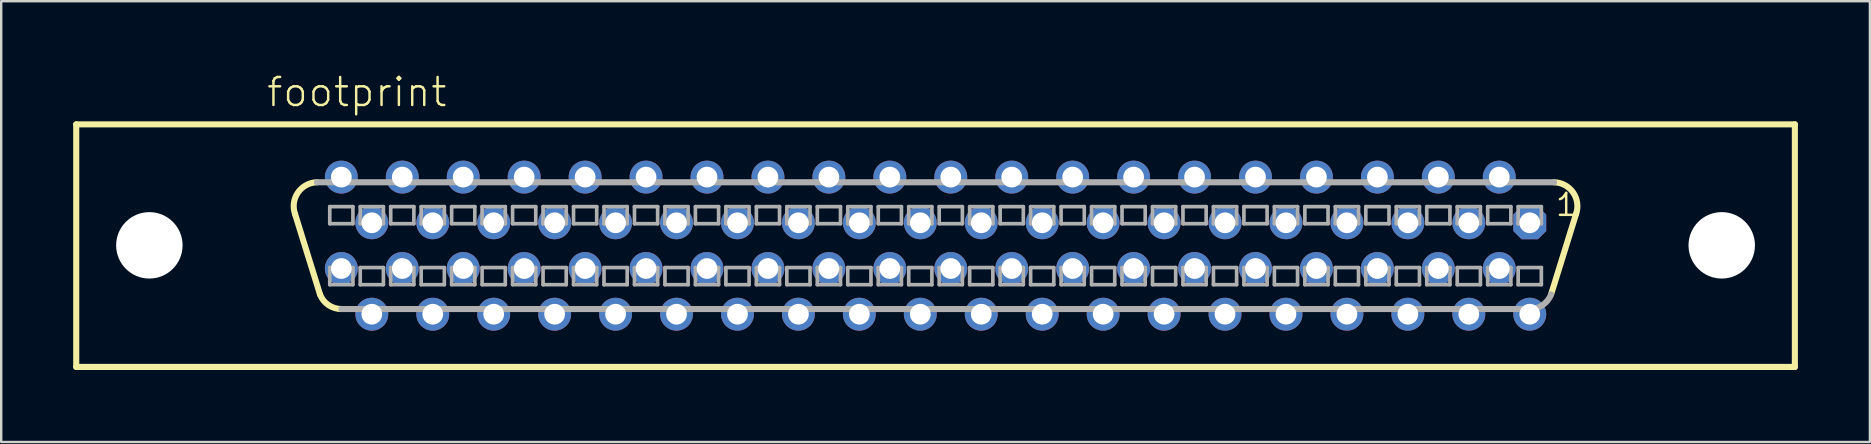
<source format=kicad_pcb>
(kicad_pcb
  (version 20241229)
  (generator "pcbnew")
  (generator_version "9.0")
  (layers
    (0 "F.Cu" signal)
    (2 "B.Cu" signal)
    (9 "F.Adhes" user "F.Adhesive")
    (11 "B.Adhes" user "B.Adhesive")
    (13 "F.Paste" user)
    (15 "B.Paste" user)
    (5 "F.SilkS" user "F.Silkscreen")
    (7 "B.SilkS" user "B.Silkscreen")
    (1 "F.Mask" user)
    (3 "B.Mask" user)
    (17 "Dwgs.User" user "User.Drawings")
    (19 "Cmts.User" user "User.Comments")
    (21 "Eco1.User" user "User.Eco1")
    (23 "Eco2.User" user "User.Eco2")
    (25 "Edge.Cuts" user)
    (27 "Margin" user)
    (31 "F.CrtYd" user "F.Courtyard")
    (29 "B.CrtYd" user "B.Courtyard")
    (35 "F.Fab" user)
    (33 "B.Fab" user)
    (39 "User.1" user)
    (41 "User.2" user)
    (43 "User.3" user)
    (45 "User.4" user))
  (footprint "footprint"
    (layer "F.Cu")
    (at 35.941 7.188)
    (property "Reference" "footprint" (at -27.94 -5.715 0) (layer "F.SilkS") (effects (font (size 1.168 1.168) (thickness 0.102)) (justify left bottom)))
    (fp_line (start -35.814 -5.055) (end 35.814 -5.055) (stroke (width 0.254) (type solid)) (layer "F.SilkS"))
    (fp_line (start -35.814 5.055) (end -35.814 -5.055) (stroke (width 0.254) (type solid)) (layer "F.SilkS"))
    (fp_line (start -25.654 2.032) (end -26.695 -1.321) (stroke (width 0.254) (type solid)) (layer "F.SilkS"))
    (fp_line (start 25.654 2.032) (end 26.695 -1.321) (stroke (width 0.254) (type solid)) (layer "F.SilkS"))
    (fp_line (start 35.814 -5.055) (end 35.814 5.055) (stroke (width 0.254) (type solid)) (layer "F.SilkS"))
    (fp_line (start 35.814 5.055) (end -35.814 5.055) (stroke (width 0.254) (type solid)) (layer "F.SilkS"))
    (fp_arc (start -26.6954 -1.3208) (mid -26.573542 -2.213361) (end -25.780998 -2.641601) (stroke (width 0.254) (type solid)) (layer "F.SilkS"))
    (fp_arc (start -24.764999 2.641601) (mid -25.304028 2.474655) (end -25.654 2.032) (stroke (width 0.254) (type solid)) (layer "F.SilkS"))
    (fp_arc (start 25.781 -2.6416) (mid 26.573543 -2.21336) (end 26.695399 -1.320799) (stroke (width 0.254) (type solid)) (layer "F.SilkS"))
    (fp_line (start -25.248 -1.626) (end -25.248 -0.914) (stroke (width 0.152) (type solid)) (layer "F.Fab"))
    (fp_line (start -25.248 -0.914) (end -24.282 -0.914) (stroke (width 0.152) (type solid)) (layer "F.Fab"))
    (fp_line (start -25.248 0.914) (end -25.248 1.626) (stroke (width 0.152) (type solid)) (layer "F.Fab"))
    (fp_line (start -25.248 1.626) (end -24.282 1.626) (stroke (width 0.152) (type solid)) (layer "F.Fab"))
    (fp_line (start -24.282 -1.626) (end -25.248 -1.626) (stroke (width 0.152) (type solid)) (layer "F.Fab"))
    (fp_line (start -24.282 -0.914) (end -24.282 -1.626) (stroke (width 0.152) (type solid)) (layer "F.Fab"))
    (fp_line (start -24.282 0.914) (end -25.248 0.914) (stroke (width 0.152) (type solid)) (layer "F.Fab"))
    (fp_line (start -24.282 1.626) (end -24.282 0.914) (stroke (width 0.152) (type solid)) (layer "F.Fab"))
    (fp_line (start -23.978 -1.626) (end -23.978 -0.914) (stroke (width 0.152) (type solid)) (layer "F.Fab"))
    (fp_line (start -23.978 -0.914) (end -23.012 -0.914) (stroke (width 0.152) (type solid)) (layer "F.Fab"))
    (fp_line (start -23.978 0.914) (end -23.978 1.626) (stroke (width 0.152) (type solid)) (layer "F.Fab"))
    (fp_line (start -23.978 1.626) (end -23.012 1.626) (stroke (width 0.152) (type solid)) (layer "F.Fab"))
    (fp_line (start -23.012 -1.626) (end -23.978 -1.626) (stroke (width 0.152) (type solid)) (layer "F.Fab"))
    (fp_line (start -23.012 -0.914) (end -23.012 -1.626) (stroke (width 0.152) (type solid)) (layer "F.Fab"))
    (fp_line (start -23.012 0.914) (end -23.978 0.914) (stroke (width 0.152) (type solid)) (layer "F.Fab"))
    (fp_line (start -23.012 1.626) (end -23.012 0.914) (stroke (width 0.152) (type solid)) (layer "F.Fab"))
    (fp_line (start -22.708 -1.626) (end -22.708 -0.914) (stroke (width 0.152) (type solid)) (layer "F.Fab"))
    (fp_line (start -22.708 -0.914) (end -21.742 -0.914) (stroke (width 0.152) (type solid)) (layer "F.Fab"))
    (fp_line (start -22.708 0.914) (end -22.708 1.626) (stroke (width 0.152) (type solid)) (layer "F.Fab"))
    (fp_line (start -22.708 1.626) (end -21.742 1.626) (stroke (width 0.152) (type solid)) (layer "F.Fab"))
    (fp_line (start -21.742 -1.626) (end -22.708 -1.626) (stroke (width 0.152) (type solid)) (layer "F.Fab"))
    (fp_line (start -21.742 -0.914) (end -21.742 -1.626) (stroke (width 0.152) (type solid)) (layer "F.Fab"))
    (fp_line (start -21.742 0.914) (end -22.708 0.914) (stroke (width 0.152) (type solid)) (layer "F.Fab"))
    (fp_line (start -21.742 1.626) (end -21.742 0.914) (stroke (width 0.152) (type solid)) (layer "F.Fab"))
    (fp_line (start -21.438 -1.626) (end -21.438 -0.914) (stroke (width 0.152) (type solid)) (layer "F.Fab"))
    (fp_line (start -21.438 -0.914) (end -20.472 -0.914) (stroke (width 0.152) (type solid)) (layer "F.Fab"))
    (fp_line (start -21.438 0.914) (end -21.438 1.626) (stroke (width 0.152) (type solid)) (layer "F.Fab"))
    (fp_line (start -21.438 1.626) (end -20.472 1.626) (stroke (width 0.152) (type solid)) (layer "F.Fab"))
    (fp_line (start -20.472 -1.626) (end -21.438 -1.626) (stroke (width 0.152) (type solid)) (layer "F.Fab"))
    (fp_line (start -20.472 -0.914) (end -20.472 -1.626) (stroke (width 0.152) (type solid)) (layer "F.Fab"))
    (fp_line (start -20.472 0.914) (end -21.438 0.914) (stroke (width 0.152) (type solid)) (layer "F.Fab"))
    (fp_line (start -20.472 1.626) (end -20.472 0.914) (stroke (width 0.152) (type solid)) (layer "F.Fab"))
    (fp_line (start -20.168 -1.626) (end -20.168 -0.914) (stroke (width 0.152) (type solid)) (layer "F.Fab"))
    (fp_line (start -20.168 -0.914) (end -19.202 -0.914) (stroke (width 0.152) (type solid)) (layer "F.Fab"))
    (fp_line (start -20.168 0.914) (end -20.168 1.626) (stroke (width 0.152) (type solid)) (layer "F.Fab"))
    (fp_line (start -20.168 1.626) (end -19.202 1.626) (stroke (width 0.152) (type solid)) (layer "F.Fab"))
    (fp_line (start -19.202 -1.626) (end -20.168 -1.626) (stroke (width 0.152) (type solid)) (layer "F.Fab"))
    (fp_line (start -19.202 -0.914) (end -19.202 -1.626) (stroke (width 0.152) (type solid)) (layer "F.Fab"))
    (fp_line (start -19.202 0.914) (end -20.168 0.914) (stroke (width 0.152) (type solid)) (layer "F.Fab"))
    (fp_line (start -19.202 1.626) (end -19.202 0.914) (stroke (width 0.152) (type solid)) (layer "F.Fab"))
    (fp_line (start -18.898 -1.626) (end -18.898 -0.914) (stroke (width 0.152) (type solid)) (layer "F.Fab"))
    (fp_line (start -18.898 -0.914) (end -17.932 -0.914) (stroke (width 0.152) (type solid)) (layer "F.Fab"))
    (fp_line (start -18.898 0.914) (end -18.898 1.626) (stroke (width 0.152) (type solid)) (layer "F.Fab"))
    (fp_line (start -18.898 1.626) (end -17.932 1.626) (stroke (width 0.152) (type solid)) (layer "F.Fab"))
    (fp_line (start -17.932 -1.626) (end -18.898 -1.626) (stroke (width 0.152) (type solid)) (layer "F.Fab"))
    (fp_line (start -17.932 -0.914) (end -17.932 -1.626) (stroke (width 0.152) (type solid)) (layer "F.Fab"))
    (fp_line (start -17.932 0.914) (end -18.898 0.914) (stroke (width 0.152) (type solid)) (layer "F.Fab"))
    (fp_line (start -17.932 1.626) (end -17.932 0.914) (stroke (width 0.152) (type solid)) (layer "F.Fab"))
    (fp_line (start -17.628 -1.626) (end -17.628 -0.914) (stroke (width 0.152) (type solid)) (layer "F.Fab"))
    (fp_line (start -17.628 -0.914) (end -16.662 -0.914) (stroke (width 0.152) (type solid)) (layer "F.Fab"))
    (fp_line (start -17.628 0.914) (end -17.628 1.626) (stroke (width 0.152) (type solid)) (layer "F.Fab"))
    (fp_line (start -17.628 1.626) (end -16.662 1.626) (stroke (width 0.152) (type solid)) (layer "F.Fab"))
    (fp_line (start -16.662 -1.626) (end -17.628 -1.626) (stroke (width 0.152) (type solid)) (layer "F.Fab"))
    (fp_line (start -16.662 -0.914) (end -16.662 -1.626) (stroke (width 0.152) (type solid)) (layer "F.Fab"))
    (fp_line (start -16.662 0.914) (end -17.628 0.914) (stroke (width 0.152) (type solid)) (layer "F.Fab"))
    (fp_line (start -16.662 1.626) (end -16.662 0.914) (stroke (width 0.152) (type solid)) (layer "F.Fab"))
    (fp_line (start -16.358 -1.626) (end -16.358 -0.914) (stroke (width 0.152) (type solid)) (layer "F.Fab"))
    (fp_line (start -16.358 -0.914) (end -15.392 -0.914) (stroke (width 0.152) (type solid)) (layer "F.Fab"))
    (fp_line (start -16.358 0.914) (end -16.358 1.626) (stroke (width 0.152) (type solid)) (layer "F.Fab"))
    (fp_line (start -16.358 1.626) (end -15.392 1.626) (stroke (width 0.152) (type solid)) (layer "F.Fab"))
    (fp_line (start -15.392 -1.626) (end -16.358 -1.626) (stroke (width 0.152) (type solid)) (layer "F.Fab"))
    (fp_line (start -15.392 -0.914) (end -15.392 -1.626) (stroke (width 0.152) (type solid)) (layer "F.Fab"))
    (fp_line (start -15.392 0.914) (end -16.358 0.914) (stroke (width 0.152) (type solid)) (layer "F.Fab"))
    (fp_line (start -15.392 1.626) (end -15.392 0.914) (stroke (width 0.152) (type solid)) (layer "F.Fab"))
    (fp_line (start -15.088 -1.626) (end -15.088 -0.914) (stroke (width 0.152) (type solid)) (layer "F.Fab"))
    (fp_line (start -15.088 -0.914) (end -14.122 -0.914) (stroke (width 0.152) (type solid)) (layer "F.Fab"))
    (fp_line (start -15.088 0.914) (end -15.088 1.626) (stroke (width 0.152) (type solid)) (layer "F.Fab"))
    (fp_line (start -15.088 1.626) (end -14.122 1.626) (stroke (width 0.152) (type solid)) (layer "F.Fab"))
    (fp_line (start -14.122 -1.626) (end -15.088 -1.626) (stroke (width 0.152) (type solid)) (layer "F.Fab"))
    (fp_line (start -14.122 -0.914) (end -14.122 -1.626) (stroke (width 0.152) (type solid)) (layer "F.Fab"))
    (fp_line (start -14.122 0.914) (end -15.088 0.914) (stroke (width 0.152) (type solid)) (layer "F.Fab"))
    (fp_line (start -14.122 1.626) (end -14.122 0.914) (stroke (width 0.152) (type solid)) (layer "F.Fab"))
    (fp_line (start -13.818 -1.626) (end -13.818 -0.914) (stroke (width 0.152) (type solid)) (layer "F.Fab"))
    (fp_line (start -13.818 -0.914) (end -12.852 -0.914) (stroke (width 0.152) (type solid)) (layer "F.Fab"))
    (fp_line (start -13.818 0.914) (end -13.818 1.626) (stroke (width 0.152) (type solid)) (layer "F.Fab"))
    (fp_line (start -13.818 1.626) (end -12.852 1.626) (stroke (width 0.152) (type solid)) (layer "F.Fab"))
    (fp_line (start -12.852 -1.626) (end -13.818 -1.626) (stroke (width 0.152) (type solid)) (layer "F.Fab"))
    (fp_line (start -12.852 -0.914) (end -12.852 -1.626) (stroke (width 0.152) (type solid)) (layer "F.Fab"))
    (fp_line (start -12.852 0.914) (end -13.818 0.914) (stroke (width 0.152) (type solid)) (layer "F.Fab"))
    (fp_line (start -12.852 1.626) (end -12.852 0.914) (stroke (width 0.152) (type solid)) (layer "F.Fab"))
    (fp_line (start -12.548 -1.626) (end -12.548 -0.914) (stroke (width 0.152) (type solid)) (layer "F.Fab"))
    (fp_line (start -12.548 -0.914) (end -11.582 -0.914) (stroke (width 0.152) (type solid)) (layer "F.Fab"))
    (fp_line (start -12.548 0.914) (end -12.548 1.626) (stroke (width 0.152) (type solid)) (layer "F.Fab"))
    (fp_line (start -12.548 1.626) (end -11.582 1.626) (stroke (width 0.152) (type solid)) (layer "F.Fab"))
    (fp_line (start -11.582 -1.626) (end -12.548 -1.626) (stroke (width 0.152) (type solid)) (layer "F.Fab"))
    (fp_line (start -11.582 -0.914) (end -11.582 -1.626) (stroke (width 0.152) (type solid)) (layer "F.Fab"))
    (fp_line (start -11.582 0.914) (end -12.548 0.914) (stroke (width 0.152) (type solid)) (layer "F.Fab"))
    (fp_line (start -11.582 1.626) (end -11.582 0.914) (stroke (width 0.152) (type solid)) (layer "F.Fab"))
    (fp_line (start -11.278 -1.626) (end -11.278 -0.914) (stroke (width 0.152) (type solid)) (layer "F.Fab"))
    (fp_line (start -11.278 -0.914) (end -10.312 -0.914) (stroke (width 0.152) (type solid)) (layer "F.Fab"))
    (fp_line (start -11.278 0.914) (end -11.278 1.626) (stroke (width 0.152) (type solid)) (layer "F.Fab"))
    (fp_line (start -11.278 1.626) (end -10.312 1.626) (stroke (width 0.152) (type solid)) (layer "F.Fab"))
    (fp_line (start -10.312 -1.626) (end -11.278 -1.626) (stroke (width 0.152) (type solid)) (layer "F.Fab"))
    (fp_line (start -10.312 -0.914) (end -10.312 -1.626) (stroke (width 0.152) (type solid)) (layer "F.Fab"))
    (fp_line (start -10.312 0.914) (end -11.278 0.914) (stroke (width 0.152) (type solid)) (layer "F.Fab"))
    (fp_line (start -10.312 1.626) (end -10.312 0.914) (stroke (width 0.152) (type solid)) (layer "F.Fab"))
    (fp_line (start -10.008 -1.626) (end -10.008 -0.914) (stroke (width 0.152) (type solid)) (layer "F.Fab"))
    (fp_line (start -10.008 -0.914) (end -9.042 -0.914) (stroke (width 0.152) (type solid)) (layer "F.Fab"))
    (fp_line (start -10.008 0.914) (end -10.008 1.626) (stroke (width 0.152) (type solid)) (layer "F.Fab"))
    (fp_line (start -10.008 1.626) (end -9.042 1.626) (stroke (width 0.152) (type solid)) (layer "F.Fab"))
    (fp_line (start -9.042 -1.626) (end -10.008 -1.626) (stroke (width 0.152) (type solid)) (layer "F.Fab"))
    (fp_line (start -9.042 -0.914) (end -9.042 -1.626) (stroke (width 0.152) (type solid)) (layer "F.Fab"))
    (fp_line (start -9.042 0.914) (end -10.008 0.914) (stroke (width 0.152) (type solid)) (layer "F.Fab"))
    (fp_line (start -9.042 1.626) (end -9.042 0.914) (stroke (width 0.152) (type solid)) (layer "F.Fab"))
    (fp_line (start -8.738 -1.626) (end -8.738 -0.914) (stroke (width 0.152) (type solid)) (layer "F.Fab"))
    (fp_line (start -8.738 -0.914) (end -7.772 -0.914) (stroke (width 0.152) (type solid)) (layer "F.Fab"))
    (fp_line (start -8.738 0.914) (end -8.738 1.626) (stroke (width 0.152) (type solid)) (layer "F.Fab"))
    (fp_line (start -8.738 1.626) (end -7.772 1.626) (stroke (width 0.152) (type solid)) (layer "F.Fab"))
    (fp_line (start -7.772 -1.626) (end -8.738 -1.626) (stroke (width 0.152) (type solid)) (layer "F.Fab"))
    (fp_line (start -7.772 -0.914) (end -7.772 -1.626) (stroke (width 0.152) (type solid)) (layer "F.Fab"))
    (fp_line (start -7.772 0.914) (end -8.738 0.914) (stroke (width 0.152) (type solid)) (layer "F.Fab"))
    (fp_line (start -7.772 1.626) (end -7.772 0.914) (stroke (width 0.152) (type solid)) (layer "F.Fab"))
    (fp_line (start -7.468 -1.626) (end -7.468 -0.914) (stroke (width 0.152) (type solid)) (layer "F.Fab"))
    (fp_line (start -7.468 -0.914) (end -6.502 -0.914) (stroke (width 0.152) (type solid)) (layer "F.Fab"))
    (fp_line (start -7.468 0.914) (end -7.468 1.626) (stroke (width 0.152) (type solid)) (layer "F.Fab"))
    (fp_line (start -7.468 1.626) (end -6.502 1.626) (stroke (width 0.152) (type solid)) (layer "F.Fab"))
    (fp_line (start -6.502 -1.626) (end -7.468 -1.626) (stroke (width 0.152) (type solid)) (layer "F.Fab"))
    (fp_line (start -6.502 -0.914) (end -6.502 -1.626) (stroke (width 0.152) (type solid)) (layer "F.Fab"))
    (fp_line (start -6.502 0.914) (end -7.468 0.914) (stroke (width 0.152) (type solid)) (layer "F.Fab"))
    (fp_line (start -6.502 1.626) (end -6.502 0.914) (stroke (width 0.152) (type solid)) (layer "F.Fab"))
    (fp_line (start -6.198 -1.626) (end -6.198 -0.914) (stroke (width 0.152) (type solid)) (layer "F.Fab"))
    (fp_line (start -6.198 -0.914) (end -5.232 -0.914) (stroke (width 0.152) (type solid)) (layer "F.Fab"))
    (fp_line (start -6.198 0.914) (end -6.198 1.626) (stroke (width 0.152) (type solid)) (layer "F.Fab"))
    (fp_line (start -6.198 1.626) (end -5.232 1.626) (stroke (width 0.152) (type solid)) (layer "F.Fab"))
    (fp_line (start -5.232 -1.626) (end -6.198 -1.626) (stroke (width 0.152) (type solid)) (layer "F.Fab"))
    (fp_line (start -5.232 -0.914) (end -5.232 -1.626) (stroke (width 0.152) (type solid)) (layer "F.Fab"))
    (fp_line (start -5.232 0.914) (end -6.198 0.914) (stroke (width 0.152) (type solid)) (layer "F.Fab"))
    (fp_line (start -5.232 1.626) (end -5.232 0.914) (stroke (width 0.152) (type solid)) (layer "F.Fab"))
    (fp_line (start -4.928 -1.626) (end -4.928 -0.914) (stroke (width 0.152) (type solid)) (layer "F.Fab"))
    (fp_line (start -4.928 -0.914) (end -3.962 -0.914) (stroke (width 0.152) (type solid)) (layer "F.Fab"))
    (fp_line (start -4.928 0.914) (end -4.928 1.626) (stroke (width 0.152) (type solid)) (layer "F.Fab"))
    (fp_line (start -4.928 1.626) (end -3.962 1.626) (stroke (width 0.152) (type solid)) (layer "F.Fab"))
    (fp_line (start -3.962 -1.626) (end -4.928 -1.626) (stroke (width 0.152) (type solid)) (layer "F.Fab"))
    (fp_line (start -3.962 -0.914) (end -3.962 -1.626) (stroke (width 0.152) (type solid)) (layer "F.Fab"))
    (fp_line (start -3.962 0.914) (end -4.928 0.914) (stroke (width 0.152) (type solid)) (layer "F.Fab"))
    (fp_line (start -3.962 1.626) (end -3.962 0.914) (stroke (width 0.152) (type solid)) (layer "F.Fab"))
    (fp_line (start -3.658 -1.626) (end -3.658 -0.914) (stroke (width 0.152) (type solid)) (layer "F.Fab"))
    (fp_line (start -3.658 -0.914) (end -2.692 -0.914) (stroke (width 0.152) (type solid)) (layer "F.Fab"))
    (fp_line (start -3.658 0.914) (end -3.658 1.626) (stroke (width 0.152) (type solid)) (layer "F.Fab"))
    (fp_line (start -3.658 1.626) (end -2.692 1.626) (stroke (width 0.152) (type solid)) (layer "F.Fab"))
    (fp_line (start -2.692 -1.626) (end -3.658 -1.626) (stroke (width 0.152) (type solid)) (layer "F.Fab"))
    (fp_line (start -2.692 -0.914) (end -2.692 -1.626) (stroke (width 0.152) (type solid)) (layer "F.Fab"))
    (fp_line (start -2.692 0.914) (end -3.658 0.914) (stroke (width 0.152) (type solid)) (layer "F.Fab"))
    (fp_line (start -2.692 1.626) (end -2.692 0.914) (stroke (width 0.152) (type solid)) (layer "F.Fab"))
    (fp_line (start -2.388 -1.626) (end -2.388 -0.914) (stroke (width 0.152) (type solid)) (layer "F.Fab"))
    (fp_line (start -2.388 -0.914) (end -1.422 -0.914) (stroke (width 0.152) (type solid)) (layer "F.Fab"))
    (fp_line (start -2.388 0.914) (end -2.388 1.626) (stroke (width 0.152) (type solid)) (layer "F.Fab"))
    (fp_line (start -2.388 1.626) (end -1.422 1.626) (stroke (width 0.152) (type solid)) (layer "F.Fab"))
    (fp_line (start -1.422 -1.626) (end -2.388 -1.626) (stroke (width 0.152) (type solid)) (layer "F.Fab"))
    (fp_line (start -1.422 -0.914) (end -1.422 -1.626) (stroke (width 0.152) (type solid)) (layer "F.Fab"))
    (fp_line (start -1.422 0.914) (end -2.388 0.914) (stroke (width 0.152) (type solid)) (layer "F.Fab"))
    (fp_line (start -1.422 1.626) (end -1.422 0.914) (stroke (width 0.152) (type solid)) (layer "F.Fab"))
    (fp_line (start -1.118 -1.626) (end -1.118 -0.914) (stroke (width 0.152) (type solid)) (layer "F.Fab"))
    (fp_line (start -1.118 -0.914) (end -0.152 -0.914) (stroke (width 0.152) (type solid)) (layer "F.Fab"))
    (fp_line (start -1.118 0.914) (end -1.118 1.626) (stroke (width 0.152) (type solid)) (layer "F.Fab"))
    (fp_line (start -1.118 1.626) (end -0.152 1.626) (stroke (width 0.152) (type solid)) (layer "F.Fab"))
    (fp_line (start -0.152 -1.626) (end -1.118 -1.626) (stroke (width 0.152) (type solid)) (layer "F.Fab"))
    (fp_line (start -0.152 -0.914) (end -0.152 -1.626) (stroke (width 0.152) (type solid)) (layer "F.Fab"))
    (fp_line (start -0.152 0.914) (end -1.118 0.914) (stroke (width 0.152) (type solid)) (layer "F.Fab"))
    (fp_line (start -0.152 1.626) (end -0.152 0.914) (stroke (width 0.152) (type solid)) (layer "F.Fab"))
    (fp_line (start 0.152 -1.626) (end 0.152 -0.914) (stroke (width 0.152) (type solid)) (layer "F.Fab"))
    (fp_line (start 0.152 -0.914) (end 1.118 -0.914) (stroke (width 0.152) (type solid)) (layer "F.Fab"))
    (fp_line (start 0.152 0.914) (end 0.152 1.626) (stroke (width 0.152) (type solid)) (layer "F.Fab"))
    (fp_line (start 0.152 1.626) (end 1.118 1.626) (stroke (width 0.152) (type solid)) (layer "F.Fab"))
    (fp_line (start 1.118 -1.626) (end 0.152 -1.626) (stroke (width 0.152) (type solid)) (layer "F.Fab"))
    (fp_line (start 1.118 -0.914) (end 1.118 -1.626) (stroke (width 0.152) (type solid)) (layer "F.Fab"))
    (fp_line (start 1.118 0.914) (end 0.152 0.914) (stroke (width 0.152) (type solid)) (layer "F.Fab"))
    (fp_line (start 1.118 1.626) (end 1.118 0.914) (stroke (width 0.152) (type solid)) (layer "F.Fab"))
    (fp_line (start 1.422 -1.626) (end 1.422 -0.914) (stroke (width 0.152) (type solid)) (layer "F.Fab"))
    (fp_line (start 1.422 -0.914) (end 2.388 -0.914) (stroke (width 0.152) (type solid)) (layer "F.Fab"))
    (fp_line (start 1.422 0.914) (end 1.422 1.626) (stroke (width 0.152) (type solid)) (layer "F.Fab"))
    (fp_line (start 1.422 1.626) (end 2.388 1.626) (stroke (width 0.152) (type solid)) (layer "F.Fab"))
    (fp_line (start 2.388 -1.626) (end 1.422 -1.626) (stroke (width 0.152) (type solid)) (layer "F.Fab"))
    (fp_line (start 2.388 -0.914) (end 2.388 -1.626) (stroke (width 0.152) (type solid)) (layer "F.Fab"))
    (fp_line (start 2.388 0.914) (end 1.422 0.914) (stroke (width 0.152) (type solid)) (layer "F.Fab"))
    (fp_line (start 2.388 1.626) (end 2.388 0.914) (stroke (width 0.152) (type solid)) (layer "F.Fab"))
    (fp_line (start 2.692 -1.626) (end 2.692 -0.914) (stroke (width 0.152) (type solid)) (layer "F.Fab"))
    (fp_line (start 2.692 -0.914) (end 3.658 -0.914) (stroke (width 0.152) (type solid)) (layer "F.Fab"))
    (fp_line (start 2.692 0.914) (end 2.692 1.626) (stroke (width 0.152) (type solid)) (layer "F.Fab"))
    (fp_line (start 2.692 1.626) (end 3.658 1.626) (stroke (width 0.152) (type solid)) (layer "F.Fab"))
    (fp_line (start 3.658 -1.626) (end 2.692 -1.626) (stroke (width 0.152) (type solid)) (layer "F.Fab"))
    (fp_line (start 3.658 -0.914) (end 3.658 -1.626) (stroke (width 0.152) (type solid)) (layer "F.Fab"))
    (fp_line (start 3.658 0.914) (end 2.692 0.914) (stroke (width 0.152) (type solid)) (layer "F.Fab"))
    (fp_line (start 3.658 1.626) (end 3.658 0.914) (stroke (width 0.152) (type solid)) (layer "F.Fab"))
    (fp_line (start 3.962 -1.626) (end 3.962 -0.914) (stroke (width 0.152) (type solid)) (layer "F.Fab"))
    (fp_line (start 3.962 -0.914) (end 4.928 -0.914) (stroke (width 0.152) (type solid)) (layer "F.Fab"))
    (fp_line (start 3.962 0.914) (end 3.962 1.626) (stroke (width 0.152) (type solid)) (layer "F.Fab"))
    (fp_line (start 3.962 1.626) (end 4.928 1.626) (stroke (width 0.152) (type solid)) (layer "F.Fab"))
    (fp_line (start 4.928 -1.626) (end 3.962 -1.626) (stroke (width 0.152) (type solid)) (layer "F.Fab"))
    (fp_line (start 4.928 -0.914) (end 4.928 -1.626) (stroke (width 0.152) (type solid)) (layer "F.Fab"))
    (fp_line (start 4.928 0.914) (end 3.962 0.914) (stroke (width 0.152) (type solid)) (layer "F.Fab"))
    (fp_line (start 4.928 1.626) (end 4.928 0.914) (stroke (width 0.152) (type solid)) (layer "F.Fab"))
    (fp_line (start 5.232 -1.626) (end 5.232 -0.914) (stroke (width 0.152) (type solid)) (layer "F.Fab"))
    (fp_line (start 5.232 -0.914) (end 6.198 -0.914) (stroke (width 0.152) (type solid)) (layer "F.Fab"))
    (fp_line (start 5.232 0.914) (end 5.232 1.626) (stroke (width 0.152) (type solid)) (layer "F.Fab"))
    (fp_line (start 5.232 1.626) (end 6.198 1.626) (stroke (width 0.152) (type solid)) (layer "F.Fab"))
    (fp_line (start 6.198 -1.626) (end 5.232 -1.626) (stroke (width 0.152) (type solid)) (layer "F.Fab"))
    (fp_line (start 6.198 -0.914) (end 6.198 -1.626) (stroke (width 0.152) (type solid)) (layer "F.Fab"))
    (fp_line (start 6.198 0.914) (end 5.232 0.914) (stroke (width 0.152) (type solid)) (layer "F.Fab"))
    (fp_line (start 6.198 1.626) (end 6.198 0.914) (stroke (width 0.152) (type solid)) (layer "F.Fab"))
    (fp_line (start 6.502 -1.626) (end 6.502 -0.914) (stroke (width 0.152) (type solid)) (layer "F.Fab"))
    (fp_line (start 6.502 -0.914) (end 7.468 -0.914) (stroke (width 0.152) (type solid)) (layer "F.Fab"))
    (fp_line (start 6.502 0.914) (end 6.502 1.626) (stroke (width 0.152) (type solid)) (layer "F.Fab"))
    (fp_line (start 6.502 1.626) (end 7.468 1.626) (stroke (width 0.152) (type solid)) (layer "F.Fab"))
    (fp_line (start 7.468 -1.626) (end 6.502 -1.626) (stroke (width 0.152) (type solid)) (layer "F.Fab"))
    (fp_line (start 7.468 -0.914) (end 7.468 -1.626) (stroke (width 0.152) (type solid)) (layer "F.Fab"))
    (fp_line (start 7.468 0.914) (end 6.502 0.914) (stroke (width 0.152) (type solid)) (layer "F.Fab"))
    (fp_line (start 7.468 1.626) (end 7.468 0.914) (stroke (width 0.152) (type solid)) (layer "F.Fab"))
    (fp_line (start 7.772 -1.626) (end 7.772 -0.914) (stroke (width 0.152) (type solid)) (layer "F.Fab"))
    (fp_line (start 7.772 -0.914) (end 8.738 -0.914) (stroke (width 0.152) (type solid)) (layer "F.Fab"))
    (fp_line (start 7.772 0.914) (end 7.772 1.626) (stroke (width 0.152) (type solid)) (layer "F.Fab"))
    (fp_line (start 7.772 1.626) (end 8.738 1.626) (stroke (width 0.152) (type solid)) (layer "F.Fab"))
    (fp_line (start 8.738 -1.626) (end 7.772 -1.626) (stroke (width 0.152) (type solid)) (layer "F.Fab"))
    (fp_line (start 8.738 -0.914) (end 8.738 -1.626) (stroke (width 0.152) (type solid)) (layer "F.Fab"))
    (fp_line (start 8.738 0.914) (end 7.772 0.914) (stroke (width 0.152) (type solid)) (layer "F.Fab"))
    (fp_line (start 8.738 1.626) (end 8.738 0.914) (stroke (width 0.152) (type solid)) (layer "F.Fab"))
    (fp_line (start 9.042 -1.626) (end 9.042 -0.914) (stroke (width 0.152) (type solid)) (layer "F.Fab"))
    (fp_line (start 9.042 -0.914) (end 10.008 -0.914) (stroke (width 0.152) (type solid)) (layer "F.Fab"))
    (fp_line (start 9.042 0.914) (end 9.042 1.626) (stroke (width 0.152) (type solid)) (layer "F.Fab"))
    (fp_line (start 9.042 1.626) (end 10.008 1.626) (stroke (width 0.152) (type solid)) (layer "F.Fab"))
    (fp_line (start 10.008 -1.626) (end 9.042 -1.626) (stroke (width 0.152) (type solid)) (layer "F.Fab"))
    (fp_line (start 10.008 -0.914) (end 10.008 -1.626) (stroke (width 0.152) (type solid)) (layer "F.Fab"))
    (fp_line (start 10.008 0.914) (end 9.042 0.914) (stroke (width 0.152) (type solid)) (layer "F.Fab"))
    (fp_line (start 10.008 1.626) (end 10.008 0.914) (stroke (width 0.152) (type solid)) (layer "F.Fab"))
    (fp_line (start 10.312 -1.626) (end 10.312 -0.914) (stroke (width 0.152) (type solid)) (layer "F.Fab"))
    (fp_line (start 10.312 -0.914) (end 11.278 -0.914) (stroke (width 0.152) (type solid)) (layer "F.Fab"))
    (fp_line (start 10.312 0.914) (end 10.312 1.626) (stroke (width 0.152) (type solid)) (layer "F.Fab"))
    (fp_line (start 10.312 1.626) (end 11.278 1.626) (stroke (width 0.152) (type solid)) (layer "F.Fab"))
    (fp_line (start 11.278 -1.626) (end 10.312 -1.626) (stroke (width 0.152) (type solid)) (layer "F.Fab"))
    (fp_line (start 11.278 -0.914) (end 11.278 -1.626) (stroke (width 0.152) (type solid)) (layer "F.Fab"))
    (fp_line (start 11.278 0.914) (end 10.312 0.914) (stroke (width 0.152) (type solid)) (layer "F.Fab"))
    (fp_line (start 11.278 1.626) (end 11.278 0.914) (stroke (width 0.152) (type solid)) (layer "F.Fab"))
    (fp_line (start 11.582 -1.626) (end 11.582 -0.914) (stroke (width 0.152) (type solid)) (layer "F.Fab"))
    (fp_line (start 11.582 -0.914) (end 12.548 -0.914) (stroke (width 0.152) (type solid)) (layer "F.Fab"))
    (fp_line (start 11.582 0.914) (end 11.582 1.626) (stroke (width 0.152) (type solid)) (layer "F.Fab"))
    (fp_line (start 11.582 1.626) (end 12.548 1.626) (stroke (width 0.152) (type solid)) (layer "F.Fab"))
    (fp_line (start 12.548 -1.626) (end 11.582 -1.626) (stroke (width 0.152) (type solid)) (layer "F.Fab"))
    (fp_line (start 12.548 -0.914) (end 12.548 -1.626) (stroke (width 0.152) (type solid)) (layer "F.Fab"))
    (fp_line (start 12.548 0.914) (end 11.582 0.914) (stroke (width 0.152) (type solid)) (layer "F.Fab"))
    (fp_line (start 12.548 1.626) (end 12.548 0.914) (stroke (width 0.152) (type solid)) (layer "F.Fab"))
    (fp_line (start 12.852 -1.626) (end 12.852 -0.914) (stroke (width 0.152) (type solid)) (layer "F.Fab"))
    (fp_line (start 12.852 -0.914) (end 13.818 -0.914) (stroke (width 0.152) (type solid)) (layer "F.Fab"))
    (fp_line (start 12.852 0.914) (end 12.852 1.626) (stroke (width 0.152) (type solid)) (layer "F.Fab"))
    (fp_line (start 12.852 1.626) (end 13.818 1.626) (stroke (width 0.152) (type solid)) (layer "F.Fab"))
    (fp_line (start 13.818 -1.626) (end 12.852 -1.626) (stroke (width 0.152) (type solid)) (layer "F.Fab"))
    (fp_line (start 13.818 -0.914) (end 13.818 -1.626) (stroke (width 0.152) (type solid)) (layer "F.Fab"))
    (fp_line (start 13.818 0.914) (end 12.852 0.914) (stroke (width 0.152) (type solid)) (layer "F.Fab"))
    (fp_line (start 13.818 1.626) (end 13.818 0.914) (stroke (width 0.152) (type solid)) (layer "F.Fab"))
    (fp_line (start 14.122 -1.626) (end 14.122 -0.914) (stroke (width 0.152) (type solid)) (layer "F.Fab"))
    (fp_line (start 14.122 -0.914) (end 15.088 -0.914) (stroke (width 0.152) (type solid)) (layer "F.Fab"))
    (fp_line (start 14.122 0.914) (end 14.122 1.626) (stroke (width 0.152) (type solid)) (layer "F.Fab"))
    (fp_line (start 14.122 1.626) (end 15.088 1.626) (stroke (width 0.152) (type solid)) (layer "F.Fab"))
    (fp_line (start 15.088 -1.626) (end 14.122 -1.626) (stroke (width 0.152) (type solid)) (layer "F.Fab"))
    (fp_line (start 15.088 -0.914) (end 15.088 -1.626) (stroke (width 0.152) (type solid)) (layer "F.Fab"))
    (fp_line (start 15.088 0.914) (end 14.122 0.914) (stroke (width 0.152) (type solid)) (layer "F.Fab"))
    (fp_line (start 15.088 1.626) (end 15.088 0.914) (stroke (width 0.152) (type solid)) (layer "F.Fab"))
    (fp_line (start 15.392 -1.626) (end 15.392 -0.914) (stroke (width 0.152) (type solid)) (layer "F.Fab"))
    (fp_line (start 15.392 -0.914) (end 16.358 -0.914) (stroke (width 0.152) (type solid)) (layer "F.Fab"))
    (fp_line (start 15.392 0.914) (end 15.392 1.626) (stroke (width 0.152) (type solid)) (layer "F.Fab"))
    (fp_line (start 15.392 1.626) (end 16.358 1.626) (stroke (width 0.152) (type solid)) (layer "F.Fab"))
    (fp_line (start 16.358 -1.626) (end 15.392 -1.626) (stroke (width 0.152) (type solid)) (layer "F.Fab"))
    (fp_line (start 16.358 -0.914) (end 16.358 -1.626) (stroke (width 0.152) (type solid)) (layer "F.Fab"))
    (fp_line (start 16.358 0.914) (end 15.392 0.914) (stroke (width 0.152) (type solid)) (layer "F.Fab"))
    (fp_line (start 16.358 1.626) (end 16.358 0.914) (stroke (width 0.152) (type solid)) (layer "F.Fab"))
    (fp_line (start 16.662 -1.626) (end 16.662 -0.914) (stroke (width 0.152) (type solid)) (layer "F.Fab"))
    (fp_line (start 16.662 -0.914) (end 17.628 -0.914) (stroke (width 0.152) (type solid)) (layer "F.Fab"))
    (fp_line (start 16.662 0.914) (end 16.662 1.626) (stroke (width 0.152) (type solid)) (layer "F.Fab"))
    (fp_line (start 16.662 1.626) (end 17.628 1.626) (stroke (width 0.152) (type solid)) (layer "F.Fab"))
    (fp_line (start 17.628 -1.626) (end 16.662 -1.626) (stroke (width 0.152) (type solid)) (layer "F.Fab"))
    (fp_line (start 17.628 -0.914) (end 17.628 -1.626) (stroke (width 0.152) (type solid)) (layer "F.Fab"))
    (fp_line (start 17.628 0.914) (end 16.662 0.914) (stroke (width 0.152) (type solid)) (layer "F.Fab"))
    (fp_line (start 17.628 1.626) (end 17.628 0.914) (stroke (width 0.152) (type solid)) (layer "F.Fab"))
    (fp_line (start 17.932 -1.626) (end 17.932 -0.914) (stroke (width 0.152) (type solid)) (layer "F.Fab"))
    (fp_line (start 17.932 -0.914) (end 18.898 -0.914) (stroke (width 0.152) (type solid)) (layer "F.Fab"))
    (fp_line (start 17.932 0.914) (end 17.932 1.626) (stroke (width 0.152) (type solid)) (layer "F.Fab"))
    (fp_line (start 17.932 1.626) (end 18.898 1.626) (stroke (width 0.152) (type solid)) (layer "F.Fab"))
    (fp_line (start 18.898 -1.626) (end 17.932 -1.626) (stroke (width 0.152) (type solid)) (layer "F.Fab"))
    (fp_line (start 18.898 -0.914) (end 18.898 -1.626) (stroke (width 0.152) (type solid)) (layer "F.Fab"))
    (fp_line (start 18.898 0.914) (end 17.932 0.914) (stroke (width 0.152) (type solid)) (layer "F.Fab"))
    (fp_line (start 18.898 1.626) (end 18.898 0.914) (stroke (width 0.152) (type solid)) (layer "F.Fab"))
    (fp_line (start 19.202 -1.626) (end 19.202 -0.914) (stroke (width 0.152) (type solid)) (layer "F.Fab"))
    (fp_line (start 19.202 -0.914) (end 20.168 -0.914) (stroke (width 0.152) (type solid)) (layer "F.Fab"))
    (fp_line (start 19.202 0.914) (end 19.202 1.626) (stroke (width 0.152) (type solid)) (layer "F.Fab"))
    (fp_line (start 19.202 1.626) (end 20.168 1.626) (stroke (width 0.152) (type solid)) (layer "F.Fab"))
    (fp_line (start 20.168 -1.626) (end 19.202 -1.626) (stroke (width 0.152) (type solid)) (layer "F.Fab"))
    (fp_line (start 20.168 -0.914) (end 20.168 -1.626) (stroke (width 0.152) (type solid)) (layer "F.Fab"))
    (fp_line (start 20.168 0.914) (end 19.202 0.914) (stroke (width 0.152) (type solid)) (layer "F.Fab"))
    (fp_line (start 20.168 1.626) (end 20.168 0.914) (stroke (width 0.152) (type solid)) (layer "F.Fab"))
    (fp_line (start 20.472 -1.626) (end 20.472 -0.914) (stroke (width 0.152) (type solid)) (layer "F.Fab"))
    (fp_line (start 20.472 -0.914) (end 21.438 -0.914) (stroke (width 0.152) (type solid)) (layer "F.Fab"))
    (fp_line (start 20.472 0.914) (end 20.472 1.626) (stroke (width 0.152) (type solid)) (layer "F.Fab"))
    (fp_line (start 20.472 1.626) (end 21.438 1.626) (stroke (width 0.152) (type solid)) (layer "F.Fab"))
    (fp_line (start 21.438 -1.626) (end 20.472 -1.626) (stroke (width 0.152) (type solid)) (layer "F.Fab"))
    (fp_line (start 21.438 -0.914) (end 21.438 -1.626) (stroke (width 0.152) (type solid)) (layer "F.Fab"))
    (fp_line (start 21.438 0.914) (end 20.472 0.914) (stroke (width 0.152) (type solid)) (layer "F.Fab"))
    (fp_line (start 21.438 1.626) (end 21.438 0.914) (stroke (width 0.152) (type solid)) (layer "F.Fab"))
    (fp_line (start 21.742 -1.626) (end 21.742 -0.914) (stroke (width 0.152) (type solid)) (layer "F.Fab"))
    (fp_line (start 21.742 -0.914) (end 22.708 -0.914) (stroke (width 0.152) (type solid)) (layer "F.Fab"))
    (fp_line (start 21.742 0.914) (end 21.742 1.626) (stroke (width 0.152) (type solid)) (layer "F.Fab"))
    (fp_line (start 21.742 1.626) (end 22.708 1.626) (stroke (width 0.152) (type solid)) (layer "F.Fab"))
    (fp_line (start 22.708 -1.626) (end 21.742 -1.626) (stroke (width 0.152) (type solid)) (layer "F.Fab"))
    (fp_line (start 22.708 -0.914) (end 22.708 -1.626) (stroke (width 0.152) (type solid)) (layer "F.Fab"))
    (fp_line (start 22.708 0.914) (end 21.742 0.914) (stroke (width 0.152) (type solid)) (layer "F.Fab"))
    (fp_line (start 22.708 1.626) (end 22.708 0.914) (stroke (width 0.152) (type solid)) (layer "F.Fab"))
    (fp_line (start 23.012 -1.626) (end 23.012 -0.914) (stroke (width 0.152) (type solid)) (layer "F.Fab"))
    (fp_line (start 23.012 -0.914) (end 23.978 -0.914) (stroke (width 0.152) (type solid)) (layer "F.Fab"))
    (fp_line (start 23.012 0.914) (end 23.012 1.626) (stroke (width 0.152) (type solid)) (layer "F.Fab"))
    (fp_line (start 23.012 1.626) (end 23.978 1.626) (stroke (width 0.152) (type solid)) (layer "F.Fab"))
    (fp_line (start 23.978 -1.626) (end 23.012 -1.626) (stroke (width 0.152) (type solid)) (layer "F.Fab"))
    (fp_line (start 23.978 -0.914) (end 23.978 -1.626) (stroke (width 0.152) (type solid)) (layer "F.Fab"))
    (fp_line (start 23.978 0.914) (end 23.012 0.914) (stroke (width 0.152) (type solid)) (layer "F.Fab"))
    (fp_line (start 23.978 1.626) (end 23.978 0.914) (stroke (width 0.152) (type solid)) (layer "F.Fab"))
    (fp_line (start 24.282 -1.626) (end 24.282 -0.914) (stroke (width 0.152) (type solid)) (layer "F.Fab"))
    (fp_line (start 24.282 -0.914) (end 25.248 -0.914) (stroke (width 0.152) (type solid)) (layer "F.Fab"))
    (fp_line (start 24.282 0.914) (end 24.282 1.626) (stroke (width 0.152) (type solid)) (layer "F.Fab"))
    (fp_line (start 24.282 1.626) (end 25.248 1.626) (stroke (width 0.152) (type solid)) (layer "F.Fab"))
    (fp_line (start 24.765 2.642) (end -24.765 2.642) (stroke (width 0.254) (type solid)) (layer "F.Fab"))
    (fp_line (start 25.248 -1.626) (end 24.282 -1.626) (stroke (width 0.152) (type solid)) (layer "F.Fab"))
    (fp_line (start 25.248 -0.914) (end 25.248 -1.626) (stroke (width 0.152) (type solid)) (layer "F.Fab"))
    (fp_line (start 25.248 0.914) (end 24.282 0.914) (stroke (width 0.152) (type solid)) (layer "F.Fab"))
    (fp_line (start 25.248 1.626) (end 25.248 0.914) (stroke (width 0.152) (type solid)) (layer "F.Fab"))
    (fp_line (start 25.781 -2.642) (end -25.781 -2.642) (stroke (width 0.254) (type solid)) (layer "F.Fab"))
    (fp_arc (start 25.653999 2.031999) (mid 25.304028 2.474653) (end 24.765 2.6416) (stroke (width 0.254) (type solid)) (layer "F.Fab"))
    (fp_text user "1" (at 25.781 -1.168 0) (layer "F.SilkS") (effects (font (size 0.914 0.914) (thickness 0.102)) (justify left bottom)))
    (pad "" np_thru_hole circle (at -32.766 -0.013) (size 2.769 2.769) (drill 2.769) (layers "*.Cu" "*.Mask"))
    (pad "" np_thru_hole circle (at 32.766 -0.013) (size 2.769 2.769) (drill 2.769) (layers "*.Cu" "*.Mask"))
    (pad "1" thru_hole roundrect (at 24.765 -0.953) (size 1.372 1.372) (drill 0.864) (layers "*.Cu" "*.Mask") (roundrect_rratio 0.25) (chamfer_ratio 0.25) (chamfer top_left top_right bottom_left bottom_right))
    (pad "2" thru_hole circle (at 23.495 -2.857) (size 1.372 1.372) (drill 0.864) (layers "*.Cu" "*.Mask"))
    (pad "3" thru_hole circle (at 22.225 -0.953) (size 1.372 1.372) (drill 0.864) (layers "*.Cu" "*.Mask"))
    (pad "4" thru_hole circle (at 20.955 -2.857) (size 1.372 1.372) (drill 0.864) (layers "*.Cu" "*.Mask"))
    (pad "5" thru_hole circle (at 19.685 -0.953) (size 1.372 1.372) (drill 0.864) (layers "*.Cu" "*.Mask"))
    (pad "6" thru_hole circle (at 18.415 -2.857) (size 1.372 1.372) (drill 0.864) (layers "*.Cu" "*.Mask"))
    (pad "7" thru_hole circle (at 17.145 -0.953) (size 1.372 1.372) (drill 0.864) (layers "*.Cu" "*.Mask"))
    (pad "8" thru_hole circle (at 15.875 -2.857) (size 1.372 1.372) (drill 0.864) (layers "*.Cu" "*.Mask"))
    (pad "9" thru_hole circle (at 14.605 -0.953) (size 1.372 1.372) (drill 0.864) (layers "*.Cu" "*.Mask"))
    (pad "10" thru_hole circle (at 13.335 -2.857) (size 1.372 1.372) (drill 0.864) (layers "*.Cu" "*.Mask"))
    (pad "11" thru_hole circle (at 12.065 -0.953) (size 1.372 1.372) (drill 0.864) (layers "*.Cu" "*.Mask"))
    (pad "12" thru_hole circle (at 10.795 -2.857) (size 1.372 1.372) (drill 0.864) (layers "*.Cu" "*.Mask"))
    (pad "13" thru_hole circle (at 9.525 -0.953) (size 1.372 1.372) (drill 0.864) (layers "*.Cu" "*.Mask"))
    (pad "14" thru_hole circle (at 8.255 -2.857) (size 1.372 1.372) (drill 0.864) (layers "*.Cu" "*.Mask"))
    (pad "15" thru_hole circle (at 6.985 -0.953) (size 1.372 1.372) (drill 0.864) (layers "*.Cu" "*.Mask"))
    (pad "16" thru_hole circle (at 5.715 -2.857) (size 1.372 1.372) (drill 0.864) (layers "*.Cu" "*.Mask"))
    (pad "17" thru_hole circle (at 4.445 -0.953) (size 1.372 1.372) (drill 0.864) (layers "*.Cu" "*.Mask"))
    (pad "18" thru_hole circle (at 3.175 -2.857) (size 1.372 1.372) (drill 0.864) (layers "*.Cu" "*.Mask"))
    (pad "19" thru_hole circle (at 1.905 -0.953) (size 1.372 1.372) (drill 0.864) (layers "*.Cu" "*.Mask"))
    (pad "20" thru_hole circle (at 0.635 -2.857) (size 1.372 1.372) (drill 0.864) (layers "*.Cu" "*.Mask"))
    (pad "21" thru_hole circle (at -0.635 -0.953) (size 1.372 1.372) (drill 0.864) (layers "*.Cu" "*.Mask"))
    (pad "22" thru_hole circle (at -1.905 -2.857) (size 1.372 1.372) (drill 0.864) (layers "*.Cu" "*.Mask"))
    (pad "23" thru_hole circle (at -3.175 -0.953) (size 1.372 1.372) (drill 0.864) (layers "*.Cu" "*.Mask"))
    (pad "24" thru_hole circle (at -4.445 -2.857) (size 1.372 1.372) (drill 0.864) (layers "*.Cu" "*.Mask"))
    (pad "25" thru_hole circle (at -5.715 -0.953) (size 1.372 1.372) (drill 0.864) (layers "*.Cu" "*.Mask"))
    (pad "26" thru_hole circle (at -6.985 -2.857) (size 1.372 1.372) (drill 0.864) (layers "*.Cu" "*.Mask"))
    (pad "27" thru_hole circle (at -8.255 -0.953) (size 1.372 1.372) (drill 0.864) (layers "*.Cu" "*.Mask"))
    (pad "28" thru_hole circle (at -9.525 -2.857) (size 1.372 1.372) (drill 0.864) (layers "*.Cu" "*.Mask"))
    (pad "29" thru_hole circle (at -10.795 -0.953) (size 1.372 1.372) (drill 0.864) (layers "*.Cu" "*.Mask"))
    (pad "30" thru_hole circle (at -12.065 -2.857) (size 1.372 1.372) (drill 0.864) (layers "*.Cu" "*.Mask"))
    (pad "31" thru_hole circle (at -13.335 -0.953) (size 1.372 1.372) (drill 0.864) (layers "*.Cu" "*.Mask"))
    (pad "32" thru_hole circle (at -14.605 -2.857) (size 1.372 1.372) (drill 0.864) (layers "*.Cu" "*.Mask"))
    (pad "33" thru_hole circle (at -15.875 -0.953) (size 1.372 1.372) (drill 0.864) (layers "*.Cu" "*.Mask"))
    (pad "34" thru_hole circle (at -17.145 -2.857) (size 1.372 1.372) (drill 0.864) (layers "*.Cu" "*.Mask"))
    (pad "35" thru_hole circle (at -18.415 -0.953) (size 1.372 1.372) (drill 0.864) (layers "*.Cu" "*.Mask"))
    (pad "36" thru_hole circle (at -19.685 -2.857) (size 1.372 1.372) (drill 0.864) (layers "*.Cu" "*.Mask"))
    (pad "37" thru_hole circle (at -20.955 -0.953) (size 1.372 1.372) (drill 0.864) (layers "*.Cu" "*.Mask"))
    (pad "38" thru_hole circle (at -22.225 -2.857) (size 1.372 1.372) (drill 0.864) (layers "*.Cu" "*.Mask"))
    (pad "39" thru_hole circle (at -23.495 -0.953) (size 1.372 1.372) (drill 0.864) (layers "*.Cu" "*.Mask"))
    (pad "40" thru_hole circle (at -24.765 -2.857) (size 1.372 1.372) (drill 0.864) (layers "*.Cu" "*.Mask"))
    (pad "41" thru_hole circle (at 24.765 2.857) (size 1.372 1.372) (drill 0.864) (layers "*.Cu" "*.Mask"))
    (pad "42" thru_hole circle (at 23.495 0.953) (size 1.372 1.372) (drill 0.864) (layers "*.Cu" "*.Mask"))
    (pad "43" thru_hole circle (at 22.225 2.857) (size 1.372 1.372) (drill 0.864) (layers "*.Cu" "*.Mask"))
    (pad "44" thru_hole circle (at 20.955 0.953) (size 1.372 1.372) (drill 0.864) (layers "*.Cu" "*.Mask"))
    (pad "45" thru_hole circle (at 19.685 2.857) (size 1.372 1.372) (drill 0.864) (layers "*.Cu" "*.Mask"))
    (pad "46" thru_hole circle (at 18.415 0.953) (size 1.372 1.372) (drill 0.864) (layers "*.Cu" "*.Mask"))
    (pad "47" thru_hole circle (at 17.145 2.857) (size 1.372 1.372) (drill 0.864) (layers "*.Cu" "*.Mask"))
    (pad "48" thru_hole circle (at 15.875 0.953) (size 1.372 1.372) (drill 0.864) (layers "*.Cu" "*.Mask"))
    (pad "49" thru_hole circle (at 14.605 2.857) (size 1.372 1.372) (drill 0.864) (layers "*.Cu" "*.Mask"))
    (pad "50" thru_hole circle (at 13.335 0.953) (size 1.372 1.372) (drill 0.864) (layers "*.Cu" "*.Mask"))
    (pad "51" thru_hole circle (at 12.065 2.857) (size 1.372 1.372) (drill 0.864) (layers "*.Cu" "*.Mask"))
    (pad "52" thru_hole circle (at 10.795 0.953) (size 1.372 1.372) (drill 0.864) (layers "*.Cu" "*.Mask"))
    (pad "53" thru_hole circle (at 9.525 2.857) (size 1.372 1.372) (drill 0.864) (layers "*.Cu" "*.Mask"))
    (pad "54" thru_hole circle (at 8.255 0.953) (size 1.372 1.372) (drill 0.864) (layers "*.Cu" "*.Mask"))
    (pad "55" thru_hole circle (at 6.985 2.857) (size 1.372 1.372) (drill 0.864) (layers "*.Cu" "*.Mask"))
    (pad "56" thru_hole circle (at 5.715 0.953) (size 1.372 1.372) (drill 0.864) (layers "*.Cu" "*.Mask"))
    (pad "57" thru_hole circle (at 4.445 2.857) (size 1.372 1.372) (drill 0.864) (layers "*.Cu" "*.Mask"))
    (pad "58" thru_hole circle (at 3.175 0.953) (size 1.372 1.372) (drill 0.864) (layers "*.Cu" "*.Mask"))
    (pad "59" thru_hole circle (at 1.905 2.857) (size 1.372 1.372) (drill 0.864) (layers "*.Cu" "*.Mask"))
    (pad "60" thru_hole circle (at 0.635 0.953) (size 1.372 1.372) (drill 0.864) (layers "*.Cu" "*.Mask"))
    (pad "61" thru_hole circle (at -0.635 2.857) (size 1.372 1.372) (drill 0.864) (layers "*.Cu" "*.Mask"))
    (pad "62" thru_hole circle (at -1.905 0.953) (size 1.372 1.372) (drill 0.864) (layers "*.Cu" "*.Mask"))
    (pad "63" thru_hole circle (at -3.175 2.857) (size 1.372 1.372) (drill 0.864) (layers "*.Cu" "*.Mask"))
    (pad "64" thru_hole circle (at -4.445 0.953) (size 1.372 1.372) (drill 0.864) (layers "*.Cu" "*.Mask"))
    (pad "65" thru_hole circle (at -5.715 2.857) (size 1.372 1.372) (drill 0.864) (layers "*.Cu" "*.Mask"))
    (pad "66" thru_hole circle (at -6.985 0.953) (size 1.372 1.372) (drill 0.864) (layers "*.Cu" "*.Mask"))
    (pad "67" thru_hole circle (at -8.255 2.857) (size 1.372 1.372) (drill 0.864) (layers "*.Cu" "*.Mask"))
    (pad "68" thru_hole circle (at -9.525 0.953) (size 1.372 1.372) (drill 0.864) (layers "*.Cu" "*.Mask"))
    (pad "69" thru_hole circle (at -10.795 2.857) (size 1.372 1.372) (drill 0.864) (layers "*.Cu" "*.Mask"))
    (pad "70" thru_hole circle (at -12.065 0.953) (size 1.372 1.372) (drill 0.864) (layers "*.Cu" "*.Mask"))
    (pad "71" thru_hole circle (at -13.335 2.857) (size 1.372 1.372) (drill 0.864) (layers "*.Cu" "*.Mask"))
    (pad "72" thru_hole circle (at -14.605 0.953) (size 1.372 1.372) (drill 0.864) (layers "*.Cu" "*.Mask"))
    (pad "73" thru_hole circle (at -15.875 2.857) (size 1.372 1.372) (drill 0.864) (layers "*.Cu" "*.Mask"))
    (pad "74" thru_hole circle (at -17.145 0.953) (size 1.372 1.372) (drill 0.864) (layers "*.Cu" "*.Mask"))
    (pad "75" thru_hole circle (at -18.415 2.857) (size 1.372 1.372) (drill 0.864) (layers "*.Cu" "*.Mask"))
    (pad "76" thru_hole circle (at -19.685 0.953) (size 1.372 1.372) (drill 0.864) (layers "*.Cu" "*.Mask"))
    (pad "77" thru_hole circle (at -20.955 2.857) (size 1.372 1.372) (drill 0.864) (layers "*.Cu" "*.Mask"))
    (pad "78" thru_hole circle (at -22.225 0.953) (size 1.372 1.372) (drill 0.864) (layers "*.Cu" "*.Mask"))
    (pad "79" thru_hole circle (at -23.495 2.857) (size 1.372 1.372) (drill 0.864) (layers "*.Cu" "*.Mask"))
    (pad "80" thru_hole circle (at -24.765 0.953) (size 1.372 1.372) (drill 0.864) (layers "*.Cu" "*.Mask")))
  (gr_rect
    (start -3 -3)
    (end 74.882 15.37)
    (stroke (width 0.1) (type default))
    (fill no)
    (layer "Edge.Cuts")))
</source>
